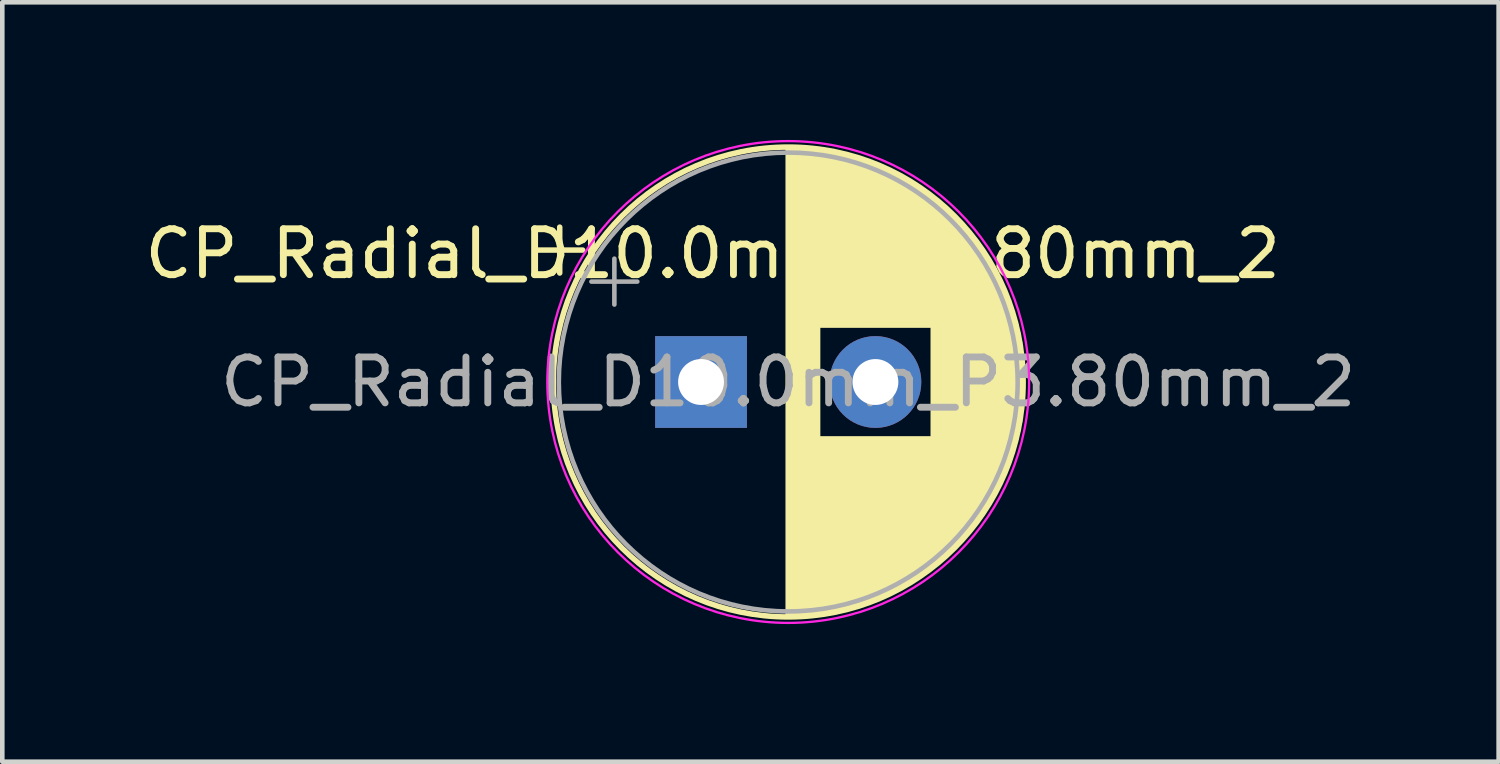
<source format=kicad_pcb>
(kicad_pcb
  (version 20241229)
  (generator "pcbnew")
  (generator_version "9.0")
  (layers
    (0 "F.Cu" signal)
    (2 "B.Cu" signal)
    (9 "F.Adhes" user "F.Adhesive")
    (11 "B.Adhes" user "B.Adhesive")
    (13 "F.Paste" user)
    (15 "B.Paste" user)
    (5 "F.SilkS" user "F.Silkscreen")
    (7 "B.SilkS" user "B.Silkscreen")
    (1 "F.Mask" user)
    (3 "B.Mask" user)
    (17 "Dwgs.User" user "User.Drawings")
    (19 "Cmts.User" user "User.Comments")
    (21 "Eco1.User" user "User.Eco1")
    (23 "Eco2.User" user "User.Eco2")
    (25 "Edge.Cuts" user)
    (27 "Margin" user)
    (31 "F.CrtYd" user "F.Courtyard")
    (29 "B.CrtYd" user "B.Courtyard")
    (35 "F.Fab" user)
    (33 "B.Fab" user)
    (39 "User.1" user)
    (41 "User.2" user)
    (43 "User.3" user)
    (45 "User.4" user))
  (footprint "CP_Radial_D10.0mm_P3.80mm_2"
    (layer "F.Cu")
    (at 12.228 5.275)
    (property "Reference" "CP_Radial_D10.0mm_P3.80mm_2" (at 0.254 -2.794 0) (layer "F.SilkS") (effects (font (size 1 1) (thickness 0.15))))
    (attr through_hole)
    (fp_line (start -3.58 -2.875) (end -2.58 -2.875) (stroke (width 0.12) (type solid)) (layer "F.SilkS"))
    (fp_line (start -3.08 -3.375) (end -3.08 -2.375) (stroke (width 0.12) (type solid)) (layer "F.SilkS"))
    (fp_line (start 1.9 -5.08) (end 1.9 5.08) (stroke (width 0.12) (type solid)) (layer "F.SilkS"))
    (fp_line (start 1.94 -5.08) (end 1.94 5.08) (stroke (width 0.12) (type solid)) (layer "F.SilkS"))
    (fp_line (start 1.98 -5.08) (end 1.98 5.08) (stroke (width 0.12) (type solid)) (layer "F.SilkS"))
    (fp_line (start 2.02 -5.079) (end 2.02 5.079) (stroke (width 0.12) (type solid)) (layer "F.SilkS"))
    (fp_line (start 2.06 -5.078) (end 2.06 5.078) (stroke (width 0.12) (type solid)) (layer "F.SilkS"))
    (fp_line (start 2.1 -5.077) (end 2.1 5.077) (stroke (width 0.12) (type solid)) (layer "F.SilkS"))
    (fp_line (start 2.14 -5.075) (end 2.14 5.075) (stroke (width 0.12) (type solid)) (layer "F.SilkS"))
    (fp_line (start 2.18 -5.073) (end 2.18 5.073) (stroke (width 0.12) (type solid)) (layer "F.SilkS"))
    (fp_line (start 2.22 -5.07) (end 2.22 5.07) (stroke (width 0.12) (type solid)) (layer "F.SilkS"))
    (fp_line (start 2.26 -5.068) (end 2.26 5.068) (stroke (width 0.12) (type solid)) (layer "F.SilkS"))
    (fp_line (start 2.3 -5.065) (end 2.3 5.065) (stroke (width 0.12) (type solid)) (layer "F.SilkS"))
    (fp_line (start 2.34 -5.062) (end 2.34 5.062) (stroke (width 0.12) (type solid)) (layer "F.SilkS"))
    (fp_line (start 2.38 -5.058) (end 2.38 5.058) (stroke (width 0.12) (type solid)) (layer "F.SilkS"))
    (fp_line (start 2.42 -5.054) (end 2.42 5.054) (stroke (width 0.12) (type solid)) (layer "F.SilkS"))
    (fp_line (start 2.46 -5.05) (end 2.46 5.05) (stroke (width 0.12) (type solid)) (layer "F.SilkS"))
    (fp_line (start 2.5 -5.045) (end 2.5 5.045) (stroke (width 0.12) (type solid)) (layer "F.SilkS"))
    (fp_line (start 2.54 -5.04) (end 2.54 5.04) (stroke (width 0.12) (type solid)) (layer "F.SilkS"))
    (fp_line (start 2.58 -5.035) (end 2.58 -1.241) (stroke (width 0.12) (type solid)) (layer "F.SilkS"))
    (fp_line (start 2.58 1.241) (end 2.58 5.035) (stroke (width 0.12) (type solid)) (layer "F.SilkS"))
    (fp_line (start 2.621 -5.03) (end 2.621 -1.241) (stroke (width 0.12) (type solid)) (layer "F.SilkS"))
    (fp_line (start 2.621 1.241) (end 2.621 5.03) (stroke (width 0.12) (type solid)) (layer "F.SilkS"))
    (fp_line (start 2.661 -5.024) (end 2.661 -1.241) (stroke (width 0.12) (type solid)) (layer "F.SilkS"))
    (fp_line (start 2.661 1.241) (end 2.661 5.024) (stroke (width 0.12) (type solid)) (layer "F.SilkS"))
    (fp_line (start 2.701 -5.018) (end 2.701 -1.241) (stroke (width 0.12) (type solid)) (layer "F.SilkS"))
    (fp_line (start 2.701 1.241) (end 2.701 5.018) (stroke (width 0.12) (type solid)) (layer "F.SilkS"))
    (fp_line (start 2.741 -5.011) (end 2.741 -1.241) (stroke (width 0.12) (type solid)) (layer "F.SilkS"))
    (fp_line (start 2.741 1.241) (end 2.741 5.011) (stroke (width 0.12) (type solid)) (layer "F.SilkS"))
    (fp_line (start 2.781 -5.004) (end 2.781 -1.241) (stroke (width 0.12) (type solid)) (layer "F.SilkS"))
    (fp_line (start 2.781 1.241) (end 2.781 5.004) (stroke (width 0.12) (type solid)) (layer "F.SilkS"))
    (fp_line (start 2.821 -4.997) (end 2.821 -1.241) (stroke (width 0.12) (type solid)) (layer "F.SilkS"))
    (fp_line (start 2.821 1.241) (end 2.821 4.997) (stroke (width 0.12) (type solid)) (layer "F.SilkS"))
    (fp_line (start 2.861 -4.99) (end 2.861 -1.241) (stroke (width 0.12) (type solid)) (layer "F.SilkS"))
    (fp_line (start 2.861 1.241) (end 2.861 4.99) (stroke (width 0.12) (type solid)) (layer "F.SilkS"))
    (fp_line (start 2.901 -4.982) (end 2.901 -1.241) (stroke (width 0.12) (type solid)) (layer "F.SilkS"))
    (fp_line (start 2.901 1.241) (end 2.901 4.982) (stroke (width 0.12) (type solid)) (layer "F.SilkS"))
    (fp_line (start 2.941 -4.974) (end 2.941 -1.241) (stroke (width 0.12) (type solid)) (layer "F.SilkS"))
    (fp_line (start 2.941 1.241) (end 2.941 4.974) (stroke (width 0.12) (type solid)) (layer "F.SilkS"))
    (fp_line (start 2.981 -4.965) (end 2.981 -1.241) (stroke (width 0.12) (type solid)) (layer "F.SilkS"))
    (fp_line (start 2.981 1.241) (end 2.981 4.965) (stroke (width 0.12) (type solid)) (layer "F.SilkS"))
    (fp_line (start 3.021 -4.956) (end 3.021 -1.241) (stroke (width 0.12) (type solid)) (layer "F.SilkS"))
    (fp_line (start 3.021 1.241) (end 3.021 4.956) (stroke (width 0.12) (type solid)) (layer "F.SilkS"))
    (fp_line (start 3.061 -4.947) (end 3.061 -1.241) (stroke (width 0.12) (type solid)) (layer "F.SilkS"))
    (fp_line (start 3.061 1.241) (end 3.061 4.947) (stroke (width 0.12) (type solid)) (layer "F.SilkS"))
    (fp_line (start 3.101 -4.938) (end 3.101 -1.241) (stroke (width 0.12) (type solid)) (layer "F.SilkS"))
    (fp_line (start 3.101 1.241) (end 3.101 4.938) (stroke (width 0.12) (type solid)) (layer "F.SilkS"))
    (fp_line (start 3.141 -4.928) (end 3.141 -1.241) (stroke (width 0.12) (type solid)) (layer "F.SilkS"))
    (fp_line (start 3.141 1.241) (end 3.141 4.928) (stroke (width 0.12) (type solid)) (layer "F.SilkS"))
    (fp_line (start 3.181 -4.918) (end 3.181 -1.241) (stroke (width 0.12) (type solid)) (layer "F.SilkS"))
    (fp_line (start 3.181 1.241) (end 3.181 4.918) (stroke (width 0.12) (type solid)) (layer "F.SilkS"))
    (fp_line (start 3.221 -4.907) (end 3.221 -1.241) (stroke (width 0.12) (type solid)) (layer "F.SilkS"))
    (fp_line (start 3.221 1.241) (end 3.221 4.907) (stroke (width 0.12) (type solid)) (layer "F.SilkS"))
    (fp_line (start 3.261 -4.897) (end 3.261 -1.241) (stroke (width 0.12) (type solid)) (layer "F.SilkS"))
    (fp_line (start 3.261 1.241) (end 3.261 4.897) (stroke (width 0.12) (type solid)) (layer "F.SilkS"))
    (fp_line (start 3.301 -4.885) (end 3.301 -1.241) (stroke (width 0.12) (type solid)) (layer "F.SilkS"))
    (fp_line (start 3.301 1.241) (end 3.301 4.885) (stroke (width 0.12) (type solid)) (layer "F.SilkS"))
    (fp_line (start 3.341 -4.874) (end 3.341 -1.241) (stroke (width 0.12) (type solid)) (layer "F.SilkS"))
    (fp_line (start 3.341 1.241) (end 3.341 4.874) (stroke (width 0.12) (type solid)) (layer "F.SilkS"))
    (fp_line (start 3.381 -4.862) (end 3.381 -1.241) (stroke (width 0.12) (type solid)) (layer "F.SilkS"))
    (fp_line (start 3.381 1.241) (end 3.381 4.862) (stroke (width 0.12) (type solid)) (layer "F.SilkS"))
    (fp_line (start 3.421 -4.85) (end 3.421 -1.241) (stroke (width 0.12) (type solid)) (layer "F.SilkS"))
    (fp_line (start 3.421 1.241) (end 3.421 4.85) (stroke (width 0.12) (type solid)) (layer "F.SilkS"))
    (fp_line (start 3.461 -4.837) (end 3.461 -1.241) (stroke (width 0.12) (type solid)) (layer "F.SilkS"))
    (fp_line (start 3.461 1.241) (end 3.461 4.837) (stroke (width 0.12) (type solid)) (layer "F.SilkS"))
    (fp_line (start 3.501 -4.824) (end 3.501 -1.241) (stroke (width 0.12) (type solid)) (layer "F.SilkS"))
    (fp_line (start 3.501 1.241) (end 3.501 4.824) (stroke (width 0.12) (type solid)) (layer "F.SilkS"))
    (fp_line (start 3.541 -4.811) (end 3.541 -1.241) (stroke (width 0.12) (type solid)) (layer "F.SilkS"))
    (fp_line (start 3.541 1.241) (end 3.541 4.811) (stroke (width 0.12) (type solid)) (layer "F.SilkS"))
    (fp_line (start 3.581 -4.797) (end 3.581 -1.241) (stroke (width 0.12) (type solid)) (layer "F.SilkS"))
    (fp_line (start 3.581 1.241) (end 3.581 4.797) (stroke (width 0.12) (type solid)) (layer "F.SilkS"))
    (fp_line (start 3.621 -4.783) (end 3.621 -1.241) (stroke (width 0.12) (type solid)) (layer "F.SilkS"))
    (fp_line (start 3.621 1.241) (end 3.621 4.783) (stroke (width 0.12) (type solid)) (layer "F.SilkS"))
    (fp_line (start 3.661 -4.768) (end 3.661 -1.241) (stroke (width 0.12) (type solid)) (layer "F.SilkS"))
    (fp_line (start 3.661 1.241) (end 3.661 4.768) (stroke (width 0.12) (type solid)) (layer "F.SilkS"))
    (fp_line (start 3.701 -4.754) (end 3.701 -1.241) (stroke (width 0.12) (type solid)) (layer "F.SilkS"))
    (fp_line (start 3.701 1.241) (end 3.701 4.754) (stroke (width 0.12) (type solid)) (layer "F.SilkS"))
    (fp_line (start 3.741 -4.738) (end 3.741 -1.241) (stroke (width 0.12) (type solid)) (layer "F.SilkS"))
    (fp_line (start 3.741 1.241) (end 3.741 4.738) (stroke (width 0.12) (type solid)) (layer "F.SilkS"))
    (fp_line (start 3.781 -4.723) (end 3.781 -1.241) (stroke (width 0.12) (type solid)) (layer "F.SilkS"))
    (fp_line (start 3.781 1.241) (end 3.781 4.723) (stroke (width 0.12) (type solid)) (layer "F.SilkS"))
    (fp_line (start 3.821 -4.707) (end 3.821 -1.241) (stroke (width 0.12) (type solid)) (layer "F.SilkS"))
    (fp_line (start 3.821 1.241) (end 3.821 4.707) (stroke (width 0.12) (type solid)) (layer "F.SilkS"))
    (fp_line (start 3.861 -4.69) (end 3.861 -1.241) (stroke (width 0.12) (type solid)) (layer "F.SilkS"))
    (fp_line (start 3.861 1.241) (end 3.861 4.69) (stroke (width 0.12) (type solid)) (layer "F.SilkS"))
    (fp_line (start 3.901 -4.674) (end 3.901 -1.241) (stroke (width 0.12) (type solid)) (layer "F.SilkS"))
    (fp_line (start 3.901 1.241) (end 3.901 4.674) (stroke (width 0.12) (type solid)) (layer "F.SilkS"))
    (fp_line (start 3.941 -4.657) (end 3.941 -1.241) (stroke (width 0.12) (type solid)) (layer "F.SilkS"))
    (fp_line (start 3.941 1.241) (end 3.941 4.657) (stroke (width 0.12) (type solid)) (layer "F.SilkS"))
    (fp_line (start 3.981 -4.639) (end 3.981 -1.241) (stroke (width 0.12) (type solid)) (layer "F.SilkS"))
    (fp_line (start 3.981 1.241) (end 3.981 4.639) (stroke (width 0.12) (type solid)) (layer "F.SilkS"))
    (fp_line (start 4.021 -4.621) (end 4.021 -1.241) (stroke (width 0.12) (type solid)) (layer "F.SilkS"))
    (fp_line (start 4.021 1.241) (end 4.021 4.621) (stroke (width 0.12) (type solid)) (layer "F.SilkS"))
    (fp_line (start 4.061 -4.603) (end 4.061 -1.241) (stroke (width 0.12) (type solid)) (layer "F.SilkS"))
    (fp_line (start 4.061 1.241) (end 4.061 4.603) (stroke (width 0.12) (type solid)) (layer "F.SilkS"))
    (fp_line (start 4.101 -4.584) (end 4.101 -1.241) (stroke (width 0.12) (type solid)) (layer "F.SilkS"))
    (fp_line (start 4.101 1.241) (end 4.101 4.584) (stroke (width 0.12) (type solid)) (layer "F.SilkS"))
    (fp_line (start 4.141 -4.564) (end 4.141 -1.241) (stroke (width 0.12) (type solid)) (layer "F.SilkS"))
    (fp_line (start 4.141 1.241) (end 4.141 4.564) (stroke (width 0.12) (type solid)) (layer "F.SilkS"))
    (fp_line (start 4.181 -4.545) (end 4.181 -1.241) (stroke (width 0.12) (type solid)) (layer "F.SilkS"))
    (fp_line (start 4.181 1.241) (end 4.181 4.545) (stroke (width 0.12) (type solid)) (layer "F.SilkS"))
    (fp_line (start 4.221 -4.525) (end 4.221 -1.241) (stroke (width 0.12) (type solid)) (layer "F.SilkS"))
    (fp_line (start 4.221 1.241) (end 4.221 4.525) (stroke (width 0.12) (type solid)) (layer "F.SilkS"))
    (fp_line (start 4.261 -4.504) (end 4.261 -1.241) (stroke (width 0.12) (type solid)) (layer "F.SilkS"))
    (fp_line (start 4.261 1.241) (end 4.261 4.504) (stroke (width 0.12) (type solid)) (layer "F.SilkS"))
    (fp_line (start 4.301 -4.483) (end 4.301 -1.241) (stroke (width 0.12) (type solid)) (layer "F.SilkS"))
    (fp_line (start 4.301 1.241) (end 4.301 4.483) (stroke (width 0.12) (type solid)) (layer "F.SilkS"))
    (fp_line (start 4.341 -4.462) (end 4.341 -1.241) (stroke (width 0.12) (type solid)) (layer "F.SilkS"))
    (fp_line (start 4.341 1.241) (end 4.341 4.462) (stroke (width 0.12) (type solid)) (layer "F.SilkS"))
    (fp_line (start 4.381 -4.44) (end 4.381 -1.241) (stroke (width 0.12) (type solid)) (layer "F.SilkS"))
    (fp_line (start 4.381 1.241) (end 4.381 4.44) (stroke (width 0.12) (type solid)) (layer "F.SilkS"))
    (fp_line (start 4.421 -4.417) (end 4.421 -1.241) (stroke (width 0.12) (type solid)) (layer "F.SilkS"))
    (fp_line (start 4.421 1.241) (end 4.421 4.417) (stroke (width 0.12) (type solid)) (layer "F.SilkS"))
    (fp_line (start 4.461 -4.395) (end 4.461 -1.241) (stroke (width 0.12) (type solid)) (layer "F.SilkS"))
    (fp_line (start 4.461 1.241) (end 4.461 4.395) (stroke (width 0.12) (type solid)) (layer "F.SilkS"))
    (fp_line (start 4.501 -4.371) (end 4.501 -1.241) (stroke (width 0.12) (type solid)) (layer "F.SilkS"))
    (fp_line (start 4.501 1.241) (end 4.501 4.371) (stroke (width 0.12) (type solid)) (layer "F.SilkS"))
    (fp_line (start 4.541 -4.347) (end 4.541 -1.241) (stroke (width 0.12) (type solid)) (layer "F.SilkS"))
    (fp_line (start 4.541 1.241) (end 4.541 4.347) (stroke (width 0.12) (type solid)) (layer "F.SilkS"))
    (fp_line (start 4.581 -4.323) (end 4.581 -1.241) (stroke (width 0.12) (type solid)) (layer "F.SilkS"))
    (fp_line (start 4.581 1.241) (end 4.581 4.323) (stroke (width 0.12) (type solid)) (layer "F.SilkS"))
    (fp_line (start 4.621 -4.298) (end 4.621 -1.241) (stroke (width 0.12) (type solid)) (layer "F.SilkS"))
    (fp_line (start 4.621 1.241) (end 4.621 4.298) (stroke (width 0.12) (type solid)) (layer "F.SilkS"))
    (fp_line (start 4.661 -4.273) (end 4.661 -1.241) (stroke (width 0.12) (type solid)) (layer "F.SilkS"))
    (fp_line (start 4.661 1.241) (end 4.661 4.273) (stroke (width 0.12) (type solid)) (layer "F.SilkS"))
    (fp_line (start 4.701 -4.247) (end 4.701 -1.241) (stroke (width 0.12) (type solid)) (layer "F.SilkS"))
    (fp_line (start 4.701 1.241) (end 4.701 4.247) (stroke (width 0.12) (type solid)) (layer "F.SilkS"))
    (fp_line (start 4.741 -4.221) (end 4.741 -1.241) (stroke (width 0.12) (type solid)) (layer "F.SilkS"))
    (fp_line (start 4.741 1.241) (end 4.741 4.221) (stroke (width 0.12) (type solid)) (layer "F.SilkS"))
    (fp_line (start 4.781 -4.194) (end 4.781 -1.241) (stroke (width 0.12) (type solid)) (layer "F.SilkS"))
    (fp_line (start 4.781 1.241) (end 4.781 4.194) (stroke (width 0.12) (type solid)) (layer "F.SilkS"))
    (fp_line (start 4.821 -4.166) (end 4.821 -1.241) (stroke (width 0.12) (type solid)) (layer "F.SilkS"))
    (fp_line (start 4.821 1.241) (end 4.821 4.166) (stroke (width 0.12) (type solid)) (layer "F.SilkS"))
    (fp_line (start 4.861 -4.138) (end 4.861 -1.241) (stroke (width 0.12) (type solid)) (layer "F.SilkS"))
    (fp_line (start 4.861 1.241) (end 4.861 4.138) (stroke (width 0.12) (type solid)) (layer "F.SilkS"))
    (fp_line (start 4.901 -4.11) (end 4.901 -1.241) (stroke (width 0.12) (type solid)) (layer "F.SilkS"))
    (fp_line (start 4.901 1.241) (end 4.901 4.11) (stroke (width 0.12) (type solid)) (layer "F.SilkS"))
    (fp_line (start 4.941 -4.08) (end 4.941 -1.241) (stroke (width 0.12) (type solid)) (layer "F.SilkS"))
    (fp_line (start 4.941 1.241) (end 4.941 4.08) (stroke (width 0.12) (type solid)) (layer "F.SilkS"))
    (fp_line (start 4.981 -4.05) (end 4.981 -1.241) (stroke (width 0.12) (type solid)) (layer "F.SilkS"))
    (fp_line (start 4.981 1.241) (end 4.981 4.05) (stroke (width 0.12) (type solid)) (layer "F.SilkS"))
    (fp_line (start 5.021 -4.02) (end 5.021 -1.241) (stroke (width 0.12) (type solid)) (layer "F.SilkS"))
    (fp_line (start 5.021 1.241) (end 5.021 4.02) (stroke (width 0.12) (type solid)) (layer "F.SilkS"))
    (fp_line (start 5.061 -3.989) (end 5.061 3.989) (stroke (width 0.12) (type solid)) (layer "F.SilkS"))
    (fp_line (start 5.101 -3.957) (end 5.101 3.957) (stroke (width 0.12) (type solid)) (layer "F.SilkS"))
    (fp_line (start 5.141 -3.925) (end 5.141 3.925) (stroke (width 0.12) (type solid)) (layer "F.SilkS"))
    (fp_line (start 5.181 -3.892) (end 5.181 3.892) (stroke (width 0.12) (type solid)) (layer "F.SilkS"))
    (fp_line (start 5.221 -3.858) (end 5.221 3.858) (stroke (width 0.12) (type solid)) (layer "F.SilkS"))
    (fp_line (start 5.261 -3.824) (end 5.261 3.824) (stroke (width 0.12) (type solid)) (layer "F.SilkS"))
    (fp_line (start 5.301 -3.789) (end 5.301 3.789) (stroke (width 0.12) (type solid)) (layer "F.SilkS"))
    (fp_line (start 5.341 -3.753) (end 5.341 3.753) (stroke (width 0.12) (type solid)) (layer "F.SilkS"))
    (fp_line (start 5.381 -3.716) (end 5.381 3.716) (stroke (width 0.12) (type solid)) (layer "F.SilkS"))
    (fp_line (start 5.421 -3.679) (end 5.421 3.679) (stroke (width 0.12) (type solid)) (layer "F.SilkS"))
    (fp_line (start 5.461 -3.64) (end 5.461 3.64) (stroke (width 0.12) (type solid)) (layer "F.SilkS"))
    (fp_line (start 5.501 -3.601) (end 5.501 3.601) (stroke (width 0.12) (type solid)) (layer "F.SilkS"))
    (fp_line (start 5.541 -3.561) (end 5.541 3.561) (stroke (width 0.12) (type solid)) (layer "F.SilkS"))
    (fp_line (start 5.581 -3.52) (end 5.581 3.52) (stroke (width 0.12) (type solid)) (layer "F.SilkS"))
    (fp_line (start 5.621 -3.478) (end 5.621 3.478) (stroke (width 0.12) (type solid)) (layer "F.SilkS"))
    (fp_line (start 5.661 -3.436) (end 5.661 3.436) (stroke (width 0.12) (type solid)) (layer "F.SilkS"))
    (fp_line (start 5.701 -3.392) (end 5.701 3.392) (stroke (width 0.12) (type solid)) (layer "F.SilkS"))
    (fp_line (start 5.741 -3.347) (end 5.741 3.347) (stroke (width 0.12) (type solid)) (layer "F.SilkS"))
    (fp_line (start 5.781 -3.301) (end 5.781 3.301) (stroke (width 0.12) (type solid)) (layer "F.SilkS"))
    (fp_line (start 5.821 -3.254) (end 5.821 3.254) (stroke (width 0.12) (type solid)) (layer "F.SilkS"))
    (fp_line (start 5.861 -3.206) (end 5.861 3.206) (stroke (width 0.12) (type solid)) (layer "F.SilkS"))
    (fp_line (start 5.901 -3.156) (end 5.901 3.156) (stroke (width 0.12) (type solid)) (layer "F.SilkS"))
    (fp_line (start 5.941 -3.106) (end 5.941 3.106) (stroke (width 0.12) (type solid)) (layer "F.SilkS"))
    (fp_line (start 5.981 -3.054) (end 5.981 3.054) (stroke (width 0.12) (type solid)) (layer "F.SilkS"))
    (fp_line (start 6.021 -3) (end 6.021 3) (stroke (width 0.12) (type solid)) (layer "F.SilkS"))
    (fp_line (start 6.061 -2.945) (end 6.061 2.945) (stroke (width 0.12) (type solid)) (layer "F.SilkS"))
    (fp_line (start 6.101 -2.889) (end 6.101 2.889) (stroke (width 0.12) (type solid)) (layer "F.SilkS"))
    (fp_line (start 6.141 -2.83) (end 6.141 2.83) (stroke (width 0.12) (type solid)) (layer "F.SilkS"))
    (fp_line (start 6.181 -2.77) (end 6.181 2.77) (stroke (width 0.12) (type solid)) (layer "F.SilkS"))
    (fp_line (start 6.221 -2.709) (end 6.221 2.709) (stroke (width 0.12) (type solid)) (layer "F.SilkS"))
    (fp_line (start 6.261 -2.645) (end 6.261 2.645) (stroke (width 0.12) (type solid)) (layer "F.SilkS"))
    (fp_line (start 6.301 -2.579) (end 6.301 2.579) (stroke (width 0.12) (type solid)) (layer "F.SilkS"))
    (fp_line (start 6.341 -2.51) (end 6.341 2.51) (stroke (width 0.12) (type solid)) (layer "F.SilkS"))
    (fp_line (start 6.381 -2.439) (end 6.381 2.439) (stroke (width 0.12) (type solid)) (layer "F.SilkS"))
    (fp_line (start 6.421 -2.365) (end 6.421 2.365) (stroke (width 0.12) (type solid)) (layer "F.SilkS"))
    (fp_line (start 6.461 -2.289) (end 6.461 2.289) (stroke (width 0.12) (type solid)) (layer "F.SilkS"))
    (fp_line (start 6.501 -2.209) (end 6.501 2.209) (stroke (width 0.12) (type solid)) (layer "F.SilkS"))
    (fp_line (start 6.541 -2.125) (end 6.541 2.125) (stroke (width 0.12) (type solid)) (layer "F.SilkS"))
    (fp_line (start 6.581 -2.037) (end 6.581 2.037) (stroke (width 0.12) (type solid)) (layer "F.SilkS"))
    (fp_line (start 6.621 -1.944) (end 6.621 1.944) (stroke (width 0.12) (type solid)) (layer "F.SilkS"))
    (fp_line (start 6.661 -1.846) (end 6.661 1.846) (stroke (width 0.12) (type solid)) (layer "F.SilkS"))
    (fp_line (start 6.701 -1.742) (end 6.701 1.742) (stroke (width 0.12) (type solid)) (layer "F.SilkS"))
    (fp_line (start 6.741 -1.63) (end 6.741 1.63) (stroke (width 0.12) (type solid)) (layer "F.SilkS"))
    (fp_line (start 6.781 -1.51) (end 6.781 1.51) (stroke (width 0.12) (type solid)) (layer "F.SilkS"))
    (fp_line (start 6.821 -1.378) (end 6.821 1.378) (stroke (width 0.12) (type solid)) (layer "F.SilkS"))
    (fp_line (start 6.861 -1.23) (end 6.861 1.23) (stroke (width 0.12) (type solid)) (layer "F.SilkS"))
    (fp_line (start 6.901 -1.062) (end 6.901 1.062) (stroke (width 0.12) (type solid)) (layer "F.SilkS"))
    (fp_line (start 6.941 -0.862) (end 6.941 0.862) (stroke (width 0.12) (type solid)) (layer "F.SilkS"))
    (fp_line (start 6.981 -0.599) (end 6.981 0.599) (stroke (width 0.12) (type solid)) (layer "F.SilkS"))
    (fp_circle (center 1.9 0) (end 7.02 0) (stroke (width 0.12) (type solid)) (fill no) (layer "F.SilkS"))
    (fp_circle (center 1.9 0) (end 7.15 0) (stroke (width 0.05) (type solid)) (fill no) (layer "F.CrtYd"))
    (fp_line (start -2.389 -2.188) (end -1.389 -2.188) (stroke (width 0.1) (type solid)) (layer "F.Fab"))
    (fp_line (start -1.889 -2.688) (end -1.889 -1.688) (stroke (width 0.1) (type solid)) (layer "F.Fab"))
    (fp_circle (center 1.9 0) (end 6.9 0) (stroke (width 0.1) (type solid)) (fill no) (layer "F.Fab"))
    (fp_text user "${REFERENCE}" (at 1.9 0 0) (layer "F.Fab") (effects (font (size 1 1) (thickness 0.15))))
    (pad "1" thru_hole circle (at 3.8 0) (size 2 2) (drill 1) (layers "*.Cu" "*.Mask"))
    (pad "2" thru_hole rect (at 0 0) (size 2 2) (drill 1) (layers "*.Cu" "*.Mask")))
  (gr_rect
    (start -3 -3)
    (end 29.61 13.55)
    (stroke (width 0.1) (type default))
    (fill no)
    (layer "Edge.Cuts")))
</source>
